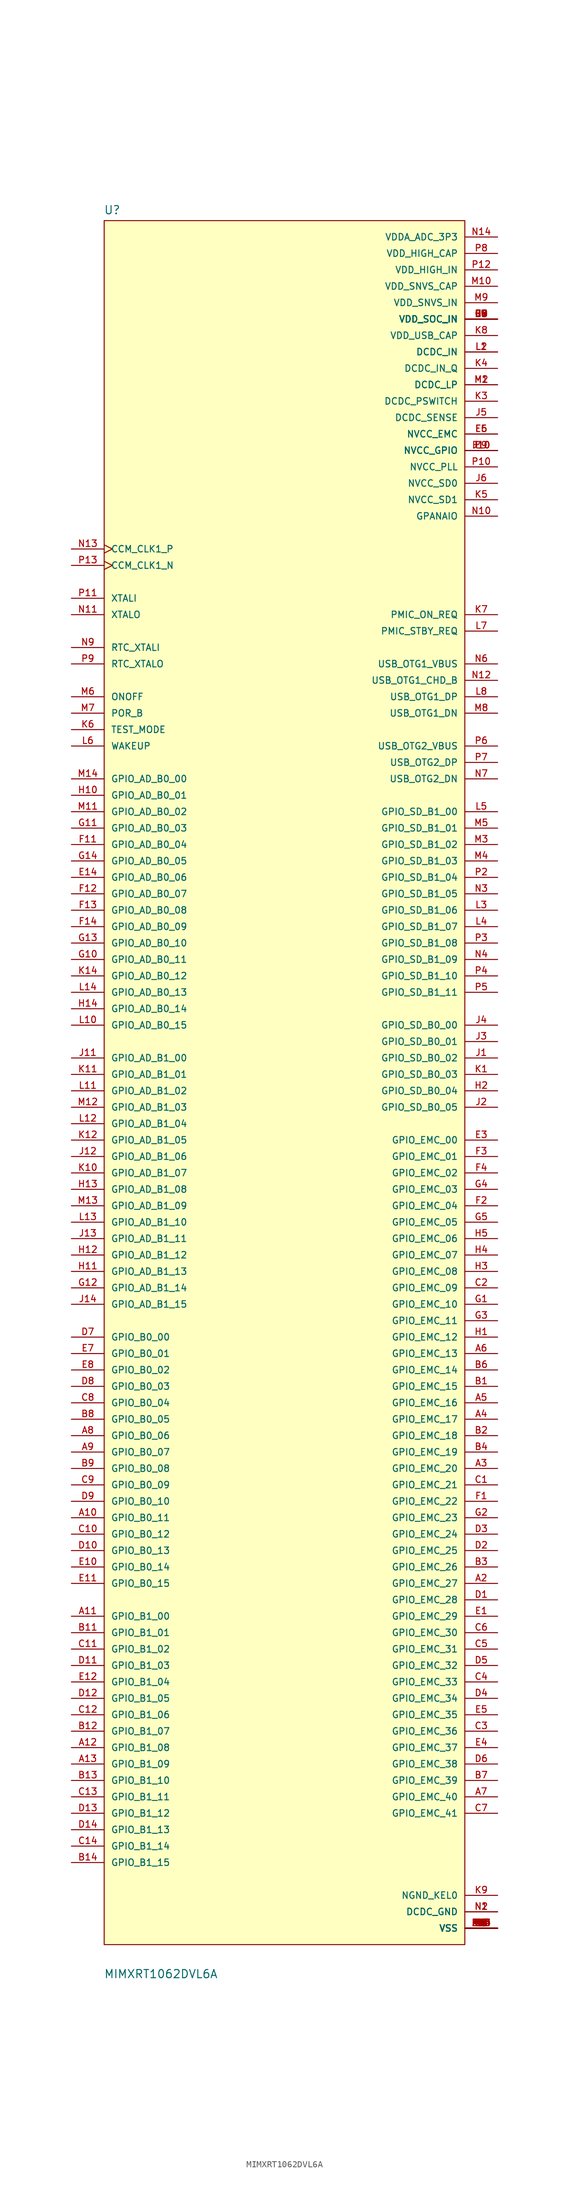
<source format=kicad_sym>
(kicad_symbol_lib
  (version 20231120)
  (generator "kicad_symbol_editor")
  (generator_version "8.0")
  (symbol "MIMXRT1062DVL6A"
    (pin_names
      (offset 1.016))
    (property "Reference" "U"
      (at -28.001 135.512 0)
      (effects (font (size 1.27 1.27)) (justify left bottom)))
    (property "Value" "MIMXRT1062DVL6A"
      (at -27.986 -137.362 0)
      (effects (font (size 1.27 1.27)) (justify left bottom)))
    (symbol "MIMXRT1062DVL6A_0_0"
      (rectangle (start -27.94 -132.08) (end 27.94 134.62) (stroke (width 0.152) (type default)) (fill (type background)))
      (pin power_in line (at 33.02 -129.54 180) (length 5.08) (name "VSS" (effects (font (size 1.016 1.016)))) (number "A1" (effects (font (size 1.016 1.016)))))
      (pin bidirectional line (at -33.02 -66.04 0) (length 5.08) (name "GPIO_B0_11" (effects (font (size 1.016 1.016)))) (number "A10" (effects (font (size 1.016 1.016)))))
      (pin bidirectional line (at -33.02 -81.28 0) (length 5.08) (name "GPIO_B1_00" (effects (font (size 1.016 1.016)))) (number "A11" (effects (font (size 1.016 1.016)))))
      (pin bidirectional line (at -33.02 -101.6 0) (length 5.08) (name "GPIO_B1_08" (effects (font (size 1.016 1.016)))) (number "A12" (effects (font (size 1.016 1.016)))))
      (pin bidirectional line (at -33.02 -104.14 0) (length 5.08) (name "GPIO_B1_09" (effects (font (size 1.016 1.016)))) (number "A13" (effects (font (size 1.016 1.016)))))
      (pin power_in line (at 33.02 -129.54 180) (length 5.08) (name "VSS" (effects (font (size 1.016 1.016)))) (number "A14" (effects (font (size 1.016 1.016)))))
      (pin bidirectional line (at 33.02 -76.2 180) (length 5.08) (name "GPIO_EMC_27" (effects (font (size 1.016 1.016)))) (number "A2" (effects (font (size 1.016 1.016)))))
      (pin bidirectional line (at 33.02 -58.42 180) (length 5.08) (name "GPIO_EMC_20" (effects (font (size 1.016 1.016)))) (number "A3" (effects (font (size 1.016 1.016)))))
      (pin bidirectional line (at 33.02 -50.8 180) (length 5.08) (name "GPIO_EMC_17" (effects (font (size 1.016 1.016)))) (number "A4" (effects (font (size 1.016 1.016)))))
      (pin bidirectional line (at 33.02 -48.26 180) (length 5.08) (name "GPIO_EMC_16" (effects (font (size 1.016 1.016)))) (number "A5" (effects (font (size 1.016 1.016)))))
      (pin bidirectional line (at 33.02 -40.64 180) (length 5.08) (name "GPIO_EMC_13" (effects (font (size 1.016 1.016)))) (number "A6" (effects (font (size 1.016 1.016)))))
      (pin bidirectional line (at 33.02 -109.22 180) (length 5.08) (name "GPIO_EMC_40" (effects (font (size 1.016 1.016)))) (number "A7" (effects (font (size 1.016 1.016)))))
      (pin bidirectional line (at -33.02 -53.34 0) (length 5.08) (name "GPIO_B0_06" (effects (font (size 1.016 1.016)))) (number "A8" (effects (font (size 1.016 1.016)))))
      (pin bidirectional line (at -33.02 -55.88 0) (length 5.08) (name "GPIO_B0_07" (effects (font (size 1.016 1.016)))) (number "A9" (effects (font (size 1.016 1.016)))))
      (pin bidirectional line (at 33.02 -45.72 180) (length 5.08) (name "GPIO_EMC_15" (effects (font (size 1.016 1.016)))) (number "B1" (effects (font (size 1.016 1.016)))))
      (pin power_in line (at 33.02 -129.54 180) (length 5.08) (name "VSS" (effects (font (size 1.016 1.016)))) (number "B10" (effects (font (size 1.016 1.016)))))
      (pin bidirectional line (at -33.02 -83.82 0) (length 5.08) (name "GPIO_B1_01" (effects (font (size 1.016 1.016)))) (number "B11" (effects (font (size 1.016 1.016)))))
      (pin bidirectional line (at -33.02 -99.06 0) (length 5.08) (name "GPIO_B1_07" (effects (font (size 1.016 1.016)))) (number "B12" (effects (font (size 1.016 1.016)))))
      (pin bidirectional line (at -33.02 -106.68 0) (length 5.08) (name "GPIO_B1_10" (effects (font (size 1.016 1.016)))) (number "B13" (effects (font (size 1.016 1.016)))))
      (pin bidirectional line (at -33.02 -119.38 0) (length 5.08) (name "GPIO_B1_15" (effects (font (size 1.016 1.016)))) (number "B14" (effects (font (size 1.016 1.016)))))
      (pin bidirectional line (at 33.02 -53.34 180) (length 5.08) (name "GPIO_EMC_18" (effects (font (size 1.016 1.016)))) (number "B2" (effects (font (size 1.016 1.016)))))
      (pin bidirectional line (at 33.02 -73.66 180) (length 5.08) (name "GPIO_EMC_26" (effects (font (size 1.016 1.016)))) (number "B3" (effects (font (size 1.016 1.016)))))
      (pin bidirectional line (at 33.02 -55.88 180) (length 5.08) (name "GPIO_EMC_19" (effects (font (size 1.016 1.016)))) (number "B4" (effects (font (size 1.016 1.016)))))
      (pin power_in line (at 33.02 -129.54 180) (length 5.08) (name "VSS" (effects (font (size 1.016 1.016)))) (number "B5" (effects (font (size 1.016 1.016)))))
      (pin bidirectional line (at 33.02 -43.18 180) (length 5.08) (name "GPIO_EMC_14" (effects (font (size 1.016 1.016)))) (number "B6" (effects (font (size 1.016 1.016)))))
      (pin bidirectional line (at 33.02 -106.68 180) (length 5.08) (name "GPIO_EMC_39" (effects (font (size 1.016 1.016)))) (number "B7" (effects (font (size 1.016 1.016)))))
      (pin bidirectional line (at -33.02 -50.8 0) (length 5.08) (name "GPIO_B0_05" (effects (font (size 1.016 1.016)))) (number "B8" (effects (font (size 1.016 1.016)))))
      (pin bidirectional line (at -33.02 -58.42 0) (length 5.08) (name "GPIO_B0_08" (effects (font (size 1.016 1.016)))) (number "B9" (effects (font (size 1.016 1.016)))))
      (pin bidirectional line (at 33.02 -60.96 180) (length 5.08) (name "GPIO_EMC_21" (effects (font (size 1.016 1.016)))) (number "C1" (effects (font (size 1.016 1.016)))))
      (pin bidirectional line (at -33.02 -68.58 0) (length 5.08) (name "GPIO_B0_12" (effects (font (size 1.016 1.016)))) (number "C10" (effects (font (size 1.016 1.016)))))
      (pin bidirectional line (at -33.02 -86.36 0) (length 5.08) (name "GPIO_B1_02" (effects (font (size 1.016 1.016)))) (number "C11" (effects (font (size 1.016 1.016)))))
      (pin bidirectional line (at -33.02 -96.52 0) (length 5.08) (name "GPIO_B1_06" (effects (font (size 1.016 1.016)))) (number "C12" (effects (font (size 1.016 1.016)))))
      (pin bidirectional line (at -33.02 -109.22 0) (length 5.08) (name "GPIO_B1_11" (effects (font (size 1.016 1.016)))) (number "C13" (effects (font (size 1.016 1.016)))))
      (pin bidirectional line (at -33.02 -116.84 0) (length 5.08) (name "GPIO_B1_14" (effects (font (size 1.016 1.016)))) (number "C14" (effects (font (size 1.016 1.016)))))
      (pin bidirectional line (at 33.02 -30.48 180) (length 5.08) (name "GPIO_EMC_09" (effects (font (size 1.016 1.016)))) (number "C2" (effects (font (size 1.016 1.016)))))
      (pin bidirectional line (at 33.02 -99.06 180) (length 5.08) (name "GPIO_EMC_36" (effects (font (size 1.016 1.016)))) (number "C3" (effects (font (size 1.016 1.016)))))
      (pin bidirectional line (at 33.02 -91.44 180) (length 5.08) (name "GPIO_EMC_33" (effects (font (size 1.016 1.016)))) (number "C4" (effects (font (size 1.016 1.016)))))
      (pin bidirectional line (at 33.02 -86.36 180) (length 5.08) (name "GPIO_EMC_31" (effects (font (size 1.016 1.016)))) (number "C5" (effects (font (size 1.016 1.016)))))
      (pin bidirectional line (at 33.02 -83.82 180) (length 5.08) (name "GPIO_EMC_30" (effects (font (size 1.016 1.016)))) (number "C6" (effects (font (size 1.016 1.016)))))
      (pin bidirectional line (at 33.02 -111.76 180) (length 5.08) (name "GPIO_EMC_41" (effects (font (size 1.016 1.016)))) (number "C7" (effects (font (size 1.016 1.016)))))
      (pin bidirectional line (at -33.02 -48.26 0) (length 5.08) (name "GPIO_B0_04" (effects (font (size 1.016 1.016)))) (number "C8" (effects (font (size 1.016 1.016)))))
      (pin bidirectional line (at -33.02 -60.96 0) (length 5.08) (name "GPIO_B0_09" (effects (font (size 1.016 1.016)))) (number "C9" (effects (font (size 1.016 1.016)))))
      (pin bidirectional line (at 33.02 -78.74 180) (length 5.08) (name "GPIO_EMC_28" (effects (font (size 1.016 1.016)))) (number "D1" (effects (font (size 1.016 1.016)))))
      (pin bidirectional line (at -33.02 -71.12 0) (length 5.08) (name "GPIO_B0_13" (effects (font (size 1.016 1.016)))) (number "D10" (effects (font (size 1.016 1.016)))))
      (pin bidirectional line (at -33.02 -88.9 0) (length 5.08) (name "GPIO_B1_03" (effects (font (size 1.016 1.016)))) (number "D11" (effects (font (size 1.016 1.016)))))
      (pin bidirectional line (at -33.02 -93.98 0) (length 5.08) (name "GPIO_B1_05" (effects (font (size 1.016 1.016)))) (number "D12" (effects (font (size 1.016 1.016)))))
      (pin bidirectional line (at -33.02 -111.76 0) (length 5.08) (name "GPIO_B1_12" (effects (font (size 1.016 1.016)))) (number "D13" (effects (font (size 1.016 1.016)))))
      (pin bidirectional line (at -33.02 -114.3 0) (length 5.08) (name "GPIO_B1_13" (effects (font (size 1.016 1.016)))) (number "D14" (effects (font (size 1.016 1.016)))))
      (pin bidirectional line (at 33.02 -71.12 180) (length 5.08) (name "GPIO_EMC_25" (effects (font (size 1.016 1.016)))) (number "D2" (effects (font (size 1.016 1.016)))))
      (pin bidirectional line (at 33.02 -68.58 180) (length 5.08) (name "GPIO_EMC_24" (effects (font (size 1.016 1.016)))) (number "D3" (effects (font (size 1.016 1.016)))))
      (pin bidirectional line (at 33.02 -93.98 180) (length 5.08) (name "GPIO_EMC_34" (effects (font (size 1.016 1.016)))) (number "D4" (effects (font (size 1.016 1.016)))))
      (pin bidirectional line (at 33.02 -88.9 180) (length 5.08) (name "GPIO_EMC_32" (effects (font (size 1.016 1.016)))) (number "D5" (effects (font (size 1.016 1.016)))))
      (pin bidirectional line (at 33.02 -104.14 180) (length 5.08) (name "GPIO_EMC_38" (effects (font (size 1.016 1.016)))) (number "D6" (effects (font (size 1.016 1.016)))))
      (pin bidirectional line (at -33.02 -38.1 0) (length 5.08) (name "GPIO_B0_00" (effects (font (size 1.016 1.016)))) (number "D7" (effects (font (size 1.016 1.016)))))
      (pin bidirectional line (at -33.02 -45.72 0) (length 5.08) (name "GPIO_B0_03" (effects (font (size 1.016 1.016)))) (number "D8" (effects (font (size 1.016 1.016)))))
      (pin bidirectional line (at -33.02 -63.5 0) (length 5.08) (name "GPIO_B0_10" (effects (font (size 1.016 1.016)))) (number "D9" (effects (font (size 1.016 1.016)))))
      (pin bidirectional line (at 33.02 -81.28 180) (length 5.08) (name "GPIO_EMC_29" (effects (font (size 1.016 1.016)))) (number "E1" (effects (font (size 1.016 1.016)))))
      (pin bidirectional line (at -33.02 -73.66 0) (length 5.08) (name "GPIO_B0_14" (effects (font (size 1.016 1.016)))) (number "E10" (effects (font (size 1.016 1.016)))))
      (pin bidirectional line (at -33.02 -76.2 0) (length 5.08) (name "GPIO_B0_15" (effects (font (size 1.016 1.016)))) (number "E11" (effects (font (size 1.016 1.016)))))
      (pin bidirectional line (at -33.02 -91.44 0) (length 5.08) (name "GPIO_B1_04" (effects (font (size 1.016 1.016)))) (number "E12" (effects (font (size 1.016 1.016)))))
      (pin power_in line (at 33.02 -129.54 180) (length 5.08) (name "VSS" (effects (font (size 1.016 1.016)))) (number "E13" (effects (font (size 1.016 1.016)))))
      (pin bidirectional line (at -33.02 33.02 0) (length 5.08) (name "GPIO_AD_B0_06" (effects (font (size 1.016 1.016)))) (number "E14" (effects (font (size 1.016 1.016)))))
      (pin power_in line (at 33.02 -129.54 180) (length 5.08) (name "VSS" (effects (font (size 1.016 1.016)))) (number "E2" (effects (font (size 1.016 1.016)))))
      (pin bidirectional line (at 33.02 -7.62 180) (length 5.08) (name "GPIO_EMC_00" (effects (font (size 1.016 1.016)))) (number "E3" (effects (font (size 1.016 1.016)))))
      (pin bidirectional line (at 33.02 -101.6 180) (length 5.08) (name "GPIO_EMC_37" (effects (font (size 1.016 1.016)))) (number "E4" (effects (font (size 1.016 1.016)))))
      (pin bidirectional line (at 33.02 -96.52 180) (length 5.08) (name "GPIO_EMC_35" (effects (font (size 1.016 1.016)))) (number "E5" (effects (font (size 1.016 1.016)))))
      (pin power_in line (at 33.02 101.6 180) (length 5.08) (name "NVCC_EMC" (effects (font (size 1.016 1.016)))) (number "E6" (effects (font (size 1.016 1.016)))))
      (pin bidirectional line (at -33.02 -40.64 0) (length 5.08) (name "GPIO_B0_01" (effects (font (size 1.016 1.016)))) (number "E7" (effects (font (size 1.016 1.016)))))
      (pin bidirectional line (at -33.02 -43.18 0) (length 5.08) (name "GPIO_B0_02" (effects (font (size 1.016 1.016)))) (number "E8" (effects (font (size 1.016 1.016)))))
      (pin power_in line (at 33.02 99.06 180) (length 5.08) (name "NVCC_GPIO" (effects (font (size 1.016 1.016)))) (number "E9" (effects (font (size 1.016 1.016)))))
      (pin bidirectional line (at 33.02 -63.5 180) (length 5.08) (name "GPIO_EMC_22" (effects (font (size 1.016 1.016)))) (number "F1" (effects (font (size 1.016 1.016)))))
      (pin power_in line (at 33.02 99.06 180) (length 5.08) (name "NVCC_GPIO" (effects (font (size 1.016 1.016)))) (number "F10" (effects (font (size 1.016 1.016)))))
      (pin bidirectional line (at -33.02 38.1 0) (length 5.08) (name "GPIO_AD_B0_04" (effects (font (size 1.016 1.016)))) (number "F11" (effects (font (size 1.016 1.016)))))
      (pin bidirectional line (at -33.02 30.48 0) (length 5.08) (name "GPIO_AD_B0_07" (effects (font (size 1.016 1.016)))) (number "F12" (effects (font (size 1.016 1.016)))))
      (pin bidirectional line (at -33.02 27.94 0) (length 5.08) (name "GPIO_AD_B0_08" (effects (font (size 1.016 1.016)))) (number "F13" (effects (font (size 1.016 1.016)))))
      (pin bidirectional line (at -33.02 25.4 0) (length 5.08) (name "GPIO_AD_B0_09" (effects (font (size 1.016 1.016)))) (number "F14" (effects (font (size 1.016 1.016)))))
      (pin bidirectional line (at 33.02 -17.78 180) (length 5.08) (name "GPIO_EMC_04" (effects (font (size 1.016 1.016)))) (number "F2" (effects (font (size 1.016 1.016)))))
      (pin bidirectional line (at 33.02 -10.16 180) (length 5.08) (name "GPIO_EMC_01" (effects (font (size 1.016 1.016)))) (number "F3" (effects (font (size 1.016 1.016)))))
      (pin bidirectional line (at 33.02 -12.7 180) (length 5.08) (name "GPIO_EMC_02" (effects (font (size 1.016 1.016)))) (number "F4" (effects (font (size 1.016 1.016)))))
      (pin power_in line (at 33.02 101.6 180) (length 5.08) (name "NVCC_EMC" (effects (font (size 1.016 1.016)))) (number "F5" (effects (font (size 1.016 1.016)))))
      (pin power_in line (at 33.02 119.38 180) (length 5.08) (name "VDD_SOC_IN" (effects (font (size 1.016 1.016)))) (number "F6" (effects (font (size 1.016 1.016)))))
      (pin power_in line (at 33.02 119.38 180) (length 5.08) (name "VDD_SOC_IN" (effects (font (size 1.016 1.016)))) (number "F7" (effects (font (size 1.016 1.016)))))
      (pin power_in line (at 33.02 119.38 180) (length 5.08) (name "VDD_SOC_IN" (effects (font (size 1.016 1.016)))) (number "F8" (effects (font (size 1.016 1.016)))))
      (pin power_in line (at 33.02 119.38 180) (length 5.08) (name "VDD_SOC_IN" (effects (font (size 1.016 1.016)))) (number "F9" (effects (font (size 1.016 1.016)))))
      (pin bidirectional line (at 33.02 -33.02 180) (length 5.08) (name "GPIO_EMC_10" (effects (font (size 1.016 1.016)))) (number "G1" (effects (font (size 1.016 1.016)))))
      (pin bidirectional line (at -33.02 20.32 0) (length 5.08) (name "GPIO_AD_B0_11" (effects (font (size 1.016 1.016)))) (number "G10" (effects (font (size 1.016 1.016)))))
      (pin bidirectional line (at -33.02 40.64 0) (length 5.08) (name "GPIO_AD_B0_03" (effects (font (size 1.016 1.016)))) (number "G11" (effects (font (size 1.016 1.016)))))
      (pin bidirectional line (at -33.02 -30.48 0) (length 5.08) (name "GPIO_AD_B1_14" (effects (font (size 1.016 1.016)))) (number "G12" (effects (font (size 1.016 1.016)))))
      (pin bidirectional line (at -33.02 22.86 0) (length 5.08) (name "GPIO_AD_B0_10" (effects (font (size 1.016 1.016)))) (number "G13" (effects (font (size 1.016 1.016)))))
      (pin bidirectional line (at -33.02 35.56 0) (length 5.08) (name "GPIO_AD_B0_05" (effects (font (size 1.016 1.016)))) (number "G14" (effects (font (size 1.016 1.016)))))
      (pin bidirectional line (at 33.02 -66.04 180) (length 5.08) (name "GPIO_EMC_23" (effects (font (size 1.016 1.016)))) (number "G2" (effects (font (size 1.016 1.016)))))
      (pin bidirectional line (at 33.02 -35.56 180) (length 5.08) (name "GPIO_EMC_11" (effects (font (size 1.016 1.016)))) (number "G3" (effects (font (size 1.016 1.016)))))
      (pin bidirectional line (at 33.02 -15.24 180) (length 5.08) (name "GPIO_EMC_03" (effects (font (size 1.016 1.016)))) (number "G4" (effects (font (size 1.016 1.016)))))
      (pin bidirectional line (at 33.02 -20.32 180) (length 5.08) (name "GPIO_EMC_05" (effects (font (size 1.016 1.016)))) (number "G5" (effects (font (size 1.016 1.016)))))
      (pin power_in line (at 33.02 119.38 180) (length 5.08) (name "VDD_SOC_IN" (effects (font (size 1.016 1.016)))) (number "G6" (effects (font (size 1.016 1.016)))))
      (pin power_in line (at 33.02 -129.54 180) (length 5.08) (name "VSS" (effects (font (size 1.016 1.016)))) (number "G7" (effects (font (size 1.016 1.016)))))
      (pin power_in line (at 33.02 -129.54 180) (length 5.08) (name "VSS" (effects (font (size 1.016 1.016)))) (number "G8" (effects (font (size 1.016 1.016)))))
      (pin power_in line (at 33.02 119.38 180) (length 5.08) (name "VDD_SOC_IN" (effects (font (size 1.016 1.016)))) (number "G9" (effects (font (size 1.016 1.016)))))
      (pin bidirectional line (at 33.02 -38.1 180) (length 5.08) (name "GPIO_EMC_12" (effects (font (size 1.016 1.016)))) (number "H1" (effects (font (size 1.016 1.016)))))
      (pin bidirectional line (at -33.02 45.72 0) (length 5.08) (name "GPIO_AD_B0_01" (effects (font (size 1.016 1.016)))) (number "H10" (effects (font (size 1.016 1.016)))))
      (pin bidirectional line (at -33.02 -27.94 0) (length 5.08) (name "GPIO_AD_B1_13" (effects (font (size 1.016 1.016)))) (number "H11" (effects (font (size 1.016 1.016)))))
      (pin bidirectional line (at -33.02 -25.4 0) (length 5.08) (name "GPIO_AD_B1_12" (effects (font (size 1.016 1.016)))) (number "H12" (effects (font (size 1.016 1.016)))))
      (pin bidirectional line (at -33.02 -15.24 0) (length 5.08) (name "GPIO_AD_B1_08" (effects (font (size 1.016 1.016)))) (number "H13" (effects (font (size 1.016 1.016)))))
      (pin bidirectional line (at -33.02 12.7 0) (length 5.08) (name "GPIO_AD_B0_14" (effects (font (size 1.016 1.016)))) (number "H14" (effects (font (size 1.016 1.016)))))
      (pin bidirectional line (at 33.02 0 180) (length 5.08) (name "GPIO_SD_B0_04" (effects (font (size 1.016 1.016)))) (number "H2" (effects (font (size 1.016 1.016)))))
      (pin bidirectional line (at 33.02 -27.94 180) (length 5.08) (name "GPIO_EMC_08" (effects (font (size 1.016 1.016)))) (number "H3" (effects (font (size 1.016 1.016)))))
      (pin bidirectional line (at 33.02 -25.4 180) (length 5.08) (name "GPIO_EMC_07" (effects (font (size 1.016 1.016)))) (number "H4" (effects (font (size 1.016 1.016)))))
      (pin bidirectional line (at 33.02 -22.86 180) (length 5.08) (name "GPIO_EMC_06" (effects (font (size 1.016 1.016)))) (number "H5" (effects (font (size 1.016 1.016)))))
      (pin power_in line (at 33.02 119.38 180) (length 5.08) (name "VDD_SOC_IN" (effects (font (size 1.016 1.016)))) (number "H6" (effects (font (size 1.016 1.016)))))
      (pin power_in line (at 33.02 -129.54 180) (length 5.08) (name "VSS" (effects (font (size 1.016 1.016)))) (number "H7" (effects (font (size 1.016 1.016)))))
      (pin power_in line (at 33.02 -129.54 180) (length 5.08) (name "VSS" (effects (font (size 1.016 1.016)))) (number "H8" (effects (font (size 1.016 1.016)))))
      (pin power_in line (at 33.02 119.38 180) (length 5.08) (name "VDD_SOC_IN" (effects (font (size 1.016 1.016)))) (number "H9" (effects (font (size 1.016 1.016)))))
      (pin bidirectional line (at 33.02 5.08 180) (length 5.08) (name "GPIO_SD_B0_02" (effects (font (size 1.016 1.016)))) (number "J1" (effects (font (size 1.016 1.016)))))
      (pin power_in line (at 33.02 99.06 180) (length 5.08) (name "NVCC_GPIO" (effects (font (size 1.016 1.016)))) (number "J10" (effects (font (size 1.016 1.016)))))
      (pin bidirectional line (at -33.02 5.08 0) (length 5.08) (name "GPIO_AD_B1_00" (effects (font (size 1.016 1.016)))) (number "J11" (effects (font (size 1.016 1.016)))))
      (pin bidirectional line (at -33.02 -10.16 0) (length 5.08) (name "GPIO_AD_B1_06" (effects (font (size 1.016 1.016)))) (number "J12" (effects (font (size 1.016 1.016)))))
      (pin bidirectional line (at -33.02 -22.86 0) (length 5.08) (name "GPIO_AD_B1_11" (effects (font (size 1.016 1.016)))) (number "J13" (effects (font (size 1.016 1.016)))))
      (pin bidirectional line (at -33.02 -33.02 0) (length 5.08) (name "GPIO_AD_B1_15" (effects (font (size 1.016 1.016)))) (number "J14" (effects (font (size 1.016 1.016)))))
      (pin bidirectional line (at 33.02 -2.54 180) (length 5.08) (name "GPIO_SD_B0_05" (effects (font (size 1.016 1.016)))) (number "J2" (effects (font (size 1.016 1.016)))))
      (pin bidirectional line (at 33.02 7.62 180) (length 5.08) (name "GPIO_SD_B0_01" (effects (font (size 1.016 1.016)))) (number "J3" (effects (font (size 1.016 1.016)))))
      (pin bidirectional line (at 33.02 10.16 180) (length 5.08) (name "GPIO_SD_B0_00" (effects (font (size 1.016 1.016)))) (number "J4" (effects (font (size 1.016 1.016)))))
      (pin power_in line (at 33.02 104.14 180) (length 5.08) (name "DCDC_SENSE" (effects (font (size 1.016 1.016)))) (number "J5" (effects (font (size 1.016 1.016)))))
      (pin power_in line (at 33.02 93.98 180) (length 5.08) (name "NVCC_SD0" (effects (font (size 1.016 1.016)))) (number "J6" (effects (font (size 1.016 1.016)))))
      (pin power_in line (at 33.02 -129.54 180) (length 5.08) (name "VSS" (effects (font (size 1.016 1.016)))) (number "J7" (effects (font (size 1.016 1.016)))))
      (pin power_in line (at 33.02 -129.54 180) (length 5.08) (name "VSS" (effects (font (size 1.016 1.016)))) (number "J8" (effects (font (size 1.016 1.016)))))
      (pin power_in line (at 33.02 119.38 180) (length 5.08) (name "VDD_SOC_IN" (effects (font (size 1.016 1.016)))) (number "J9" (effects (font (size 1.016 1.016)))))
      (pin bidirectional line (at 33.02 2.54 180) (length 5.08) (name "GPIO_SD_B0_03" (effects (font (size 1.016 1.016)))) (number "K1" (effects (font (size 1.016 1.016)))))
      (pin bidirectional line (at -33.02 -12.7 0) (length 5.08) (name "GPIO_AD_B1_07" (effects (font (size 1.016 1.016)))) (number "K10" (effects (font (size 1.016 1.016)))))
      (pin bidirectional line (at -33.02 2.54 0) (length 5.08) (name "GPIO_AD_B1_01" (effects (font (size 1.016 1.016)))) (number "K11" (effects (font (size 1.016 1.016)))))
      (pin bidirectional line (at -33.02 -7.62 0) (length 5.08) (name "GPIO_AD_B1_05" (effects (font (size 1.016 1.016)))) (number "K12" (effects (font (size 1.016 1.016)))))
      (pin power_in line (at 33.02 -129.54 180) (length 5.08) (name "VSS" (effects (font (size 1.016 1.016)))) (number "K13" (effects (font (size 1.016 1.016)))))
      (pin bidirectional line (at -33.02 17.78 0) (length 5.08) (name "GPIO_AD_B0_12" (effects (font (size 1.016 1.016)))) (number "K14" (effects (font (size 1.016 1.016)))))
      (pin power_in line (at 33.02 -129.54 180) (length 5.08) (name "VSS" (effects (font (size 1.016 1.016)))) (number "K2" (effects (font (size 1.016 1.016)))))
      (pin power_in line (at 33.02 106.68 180) (length 5.08) (name "DCDC_PSWITCH" (effects (font (size 1.016 1.016)))) (number "K3" (effects (font (size 1.016 1.016)))))
      (pin power_in line (at 33.02 111.76 180) (length 5.08) (name "DCDC_IN_Q" (effects (font (size 1.016 1.016)))) (number "K4" (effects (font (size 1.016 1.016)))))
      (pin power_in line (at 33.02 91.44 180) (length 5.08) (name "NVCC_SD1" (effects (font (size 1.016 1.016)))) (number "K5" (effects (font (size 1.016 1.016)))))
      (pin input line (at -33.02 55.88 0) (length 5.08) (name "TEST_MODE" (effects (font (size 1.016 1.016)))) (number "K6" (effects (font (size 1.016 1.016)))))
      (pin output line (at 33.02 73.66 180) (length 5.08) (name "PMIC_ON_REQ" (effects (font (size 1.016 1.016)))) (number "K7" (effects (font (size 1.016 1.016)))))
      (pin power_in line (at 33.02 116.84 180) (length 5.08) (name "VDD_USB_CAP" (effects (font (size 1.016 1.016)))) (number "K8" (effects (font (size 1.016 1.016)))))
      (pin power_in line (at 33.02 -124.46 180) (length 5.08) (name "NGND_KEL0" (effects (font (size 1.016 1.016)))) (number "K9" (effects (font (size 1.016 1.016)))))
      (pin power_in line (at 33.02 114.3 180) (length 5.08) (name "DCDC_IN" (effects (font (size 1.016 1.016)))) (number "L1" (effects (font (size 1.016 1.016)))))
      (pin bidirectional line (at -33.02 10.16 0) (length 5.08) (name "GPIO_AD_B0_15" (effects (font (size 1.016 1.016)))) (number "L10" (effects (font (size 1.016 1.016)))))
      (pin bidirectional line (at -33.02 0 0) (length 5.08) (name "GPIO_AD_B1_02" (effects (font (size 1.016 1.016)))) (number "L11" (effects (font (size 1.016 1.016)))))
      (pin bidirectional line (at -33.02 -5.08 0) (length 5.08) (name "GPIO_AD_B1_04" (effects (font (size 1.016 1.016)))) (number "L12" (effects (font (size 1.016 1.016)))))
      (pin bidirectional line (at -33.02 -20.32 0) (length 5.08) (name "GPIO_AD_B1_10" (effects (font (size 1.016 1.016)))) (number "L13" (effects (font (size 1.016 1.016)))))
      (pin bidirectional line (at -33.02 15.24 0) (length 5.08) (name "GPIO_AD_B0_13" (effects (font (size 1.016 1.016)))) (number "L14" (effects (font (size 1.016 1.016)))))
      (pin power_in line (at 33.02 114.3 180) (length 5.08) (name "DCDC_IN" (effects (font (size 1.016 1.016)))) (number "L2" (effects (font (size 1.016 1.016)))))
      (pin bidirectional line (at 33.02 27.94 180) (length 5.08) (name "GPIO_SD_B1_06" (effects (font (size 1.016 1.016)))) (number "L3" (effects (font (size 1.016 1.016)))))
      (pin bidirectional line (at 33.02 25.4 180) (length 5.08) (name "GPIO_SD_B1_07" (effects (font (size 1.016 1.016)))) (number "L4" (effects (font (size 1.016 1.016)))))
      (pin bidirectional line (at 33.02 43.18 180) (length 5.08) (name "GPIO_SD_B1_00" (effects (font (size 1.016 1.016)))) (number "L5" (effects (font (size 1.016 1.016)))))
      (pin input line (at -33.02 53.34 0) (length 5.08) (name "WAKEUP" (effects (font (size 1.016 1.016)))) (number "L6" (effects (font (size 1.016 1.016)))))
      (pin output line (at 33.02 71.12 180) (length 5.08) (name "PMIC_STBY_REQ" (effects (font (size 1.016 1.016)))) (number "L7" (effects (font (size 1.016 1.016)))))
      (pin bidirectional line (at 33.02 60.96 180) (length 5.08) (name "USB_OTG1_DP" (effects (font (size 1.016 1.016)))) (number "L8" (effects (font (size 1.016 1.016)))))
      (pin power_in line (at 33.02 -129.54 180) (length 5.08) (name "VSS" (effects (font (size 1.016 1.016)))) (number "L9" (effects (font (size 1.016 1.016)))))
      (pin power_in line (at 33.02 109.22 180) (length 5.08) (name "DCDC_LP" (effects (font (size 1.016 1.016)))) (number "M1" (effects (font (size 1.016 1.016)))))
      (pin power_in line (at 33.02 124.46 180) (length 5.08) (name "VDD_SNVS_CAP" (effects (font (size 1.016 1.016)))) (number "M10" (effects (font (size 1.016 1.016)))))
      (pin bidirectional line (at -33.02 43.18 0) (length 5.08) (name "GPIO_AD_B0_02" (effects (font (size 1.016 1.016)))) (number "M11" (effects (font (size 1.016 1.016)))))
      (pin bidirectional line (at -33.02 -2.54 0) (length 5.08) (name "GPIO_AD_B1_03" (effects (font (size 1.016 1.016)))) (number "M12" (effects (font (size 1.016 1.016)))))
      (pin bidirectional line (at -33.02 -17.78 0) (length 5.08) (name "GPIO_AD_B1_09" (effects (font (size 1.016 1.016)))) (number "M13" (effects (font (size 1.016 1.016)))))
      (pin bidirectional line (at -33.02 48.26 0) (length 5.08) (name "GPIO_AD_B0_00" (effects (font (size 1.016 1.016)))) (number "M14" (effects (font (size 1.016 1.016)))))
      (pin power_in line (at 33.02 109.22 180) (length 5.08) (name "DCDC_LP" (effects (font (size 1.016 1.016)))) (number "M2" (effects (font (size 1.016 1.016)))))
      (pin bidirectional line (at 33.02 38.1 180) (length 5.08) (name "GPIO_SD_B1_02" (effects (font (size 1.016 1.016)))) (number "M3" (effects (font (size 1.016 1.016)))))
      (pin bidirectional line (at 33.02 35.56 180) (length 5.08) (name "GPIO_SD_B1_03" (effects (font (size 1.016 1.016)))) (number "M4" (effects (font (size 1.016 1.016)))))
      (pin bidirectional line (at 33.02 40.64 180) (length 5.08) (name "GPIO_SD_B1_01" (effects (font (size 1.016 1.016)))) (number "M5" (effects (font (size 1.016 1.016)))))
      (pin input line (at -33.02 60.96 0) (length 5.08) (name "ONOFF" (effects (font (size 1.016 1.016)))) (number "M6" (effects (font (size 1.016 1.016)))))
      (pin input line (at -33.02 58.42 0) (length 5.08) (name "POR_B" (effects (font (size 1.016 1.016)))) (number "M7" (effects (font (size 1.016 1.016)))))
      (pin bidirectional line (at 33.02 58.42 180) (length 5.08) (name "USB_OTG1_DN" (effects (font (size 1.016 1.016)))) (number "M8" (effects (font (size 1.016 1.016)))))
      (pin power_in line (at 33.02 121.92 180) (length 5.08) (name "VDD_SNVS_IN" (effects (font (size 1.016 1.016)))) (number "M9" (effects (font (size 1.016 1.016)))))
      (pin power_in line (at 33.02 -127 180) (length 5.08) (name "DCDC_GND" (effects (font (size 1.016 1.016)))) (number "N1" (effects (font (size 1.016 1.016)))))
      (pin power_in line (at 33.02 88.9 180) (length 5.08) (name "GPANAIO" (effects (font (size 1.016 1.016)))) (number "N10" (effects (font (size 1.016 1.016)))))
      (pin output line (at -33.02 73.66 0) (length 5.08) (name "XTALO" (effects (font (size 1.016 1.016)))) (number "N11" (effects (font (size 1.016 1.016)))))
      (pin bidirectional line (at 33.02 63.5 180) (length 5.08) (name "USB_OTG1_CHD_B" (effects (font (size 1.016 1.016)))) (number "N12" (effects (font (size 1.016 1.016)))))
      (pin input clock (at -33.02 83.82 0) (length 5.08) (name "CCM_CLK1_P" (effects (font (size 1.016 1.016)))) (number "N13" (effects (font (size 1.016 1.016)))))
      (pin power_in line (at 33.02 132.08 180) (length 5.08) (name "VDDA_ADC_3P3" (effects (font (size 1.016 1.016)))) (number "N14" (effects (font (size 1.016 1.016)))))
      (pin power_in line (at 33.02 -127 180) (length 5.08) (name "DCDC_GND" (effects (font (size 1.016 1.016)))) (number "N2" (effects (font (size 1.016 1.016)))))
      (pin bidirectional line (at 33.02 30.48 180) (length 5.08) (name "GPIO_SD_B1_05" (effects (font (size 1.016 1.016)))) (number "N3" (effects (font (size 1.016 1.016)))))
      (pin bidirectional line (at 33.02 20.32 180) (length 5.08) (name "GPIO_SD_B1_09" (effects (font (size 1.016 1.016)))) (number "N4" (effects (font (size 1.016 1.016)))))
      (pin power_in line (at 33.02 -129.54 180) (length 5.08) (name "VSS" (effects (font (size 1.016 1.016)))) (number "N5" (effects (font (size 1.016 1.016)))))
      (pin bidirectional line (at 33.02 66.04 180) (length 5.08) (name "USB_OTG1_VBUS" (effects (font (size 1.016 1.016)))) (number "N6" (effects (font (size 1.016 1.016)))))
      (pin bidirectional line (at 33.02 48.26 180) (length 5.08) (name "USB_OTG2_DN" (effects (font (size 1.016 1.016)))) (number "N7" (effects (font (size 1.016 1.016)))))
      (pin power_in line (at 33.02 -129.54 180) (length 5.08) (name "VSS" (effects (font (size 1.016 1.016)))) (number "N8" (effects (font (size 1.016 1.016)))))
      (pin input line (at -33.02 68.58 0) (length 5.08) (name "RTC_XTALI" (effects (font (size 1.016 1.016)))) (number "N9" (effects (font (size 1.016 1.016)))))
      (pin power_in line (at 33.02 -129.54 180) (length 5.08) (name "VSS" (effects (font (size 1.016 1.016)))) (number "P1" (effects (font (size 1.016 1.016)))))
      (pin power_in line (at 33.02 96.52 180) (length 5.08) (name "NVCC_PLL" (effects (font (size 1.016 1.016)))) (number "P10" (effects (font (size 1.016 1.016)))))
      (pin input line (at -33.02 76.2 0) (length 5.08) (name "XTALI" (effects (font (size 1.016 1.016)))) (number "P11" (effects (font (size 1.016 1.016)))))
      (pin power_in line (at 33.02 127 180) (length 5.08) (name "VDD_HIGH_IN" (effects (font (size 1.016 1.016)))) (number "P12" (effects (font (size 1.016 1.016)))))
      (pin input clock (at -33.02 81.28 0) (length 5.08) (name "CCM_CLK1_N" (effects (font (size 1.016 1.016)))) (number "P13" (effects (font (size 1.016 1.016)))))
      (pin power_in line (at 33.02 -129.54 180) (length 5.08) (name "VSS" (effects (font (size 1.016 1.016)))) (number "P14" (effects (font (size 1.016 1.016)))))
      (pin bidirectional line (at 33.02 33.02 180) (length 5.08) (name "GPIO_SD_B1_04" (effects (font (size 1.016 1.016)))) (number "P2" (effects (font (size 1.016 1.016)))))
      (pin bidirectional line (at 33.02 22.86 180) (length 5.08) (name "GPIO_SD_B1_08" (effects (font (size 1.016 1.016)))) (number "P3" (effects (font (size 1.016 1.016)))))
      (pin bidirectional line (at 33.02 17.78 180) (length 5.08) (name "GPIO_SD_B1_10" (effects (font (size 1.016 1.016)))) (number "P4" (effects (font (size 1.016 1.016)))))
      (pin bidirectional line (at 33.02 15.24 180) (length 5.08) (name "GPIO_SD_B1_11" (effects (font (size 1.016 1.016)))) (number "P5" (effects (font (size 1.016 1.016)))))
      (pin bidirectional line (at 33.02 53.34 180) (length 5.08) (name "USB_OTG2_VBUS" (effects (font (size 1.016 1.016)))) (number "P6" (effects (font (size 1.016 1.016)))))
      (pin bidirectional line (at 33.02 50.8 180) (length 5.08) (name "USB_OTG2_DP" (effects (font (size 1.016 1.016)))) (number "P7" (effects (font (size 1.016 1.016)))))
      (pin power_in line (at 33.02 129.54 180) (length 5.08) (name "VDD_HIGH_CAP" (effects (font (size 1.016 1.016)))) (number "P8" (effects (font (size 1.016 1.016)))))
      (pin output line (at -33.02 66.04 0) (length 5.08) (name "RTC_XTALO" (effects (font (size 1.016 1.016)))) (number "P9" (effects (font (size 1.016 1.016))))))))
</source>
